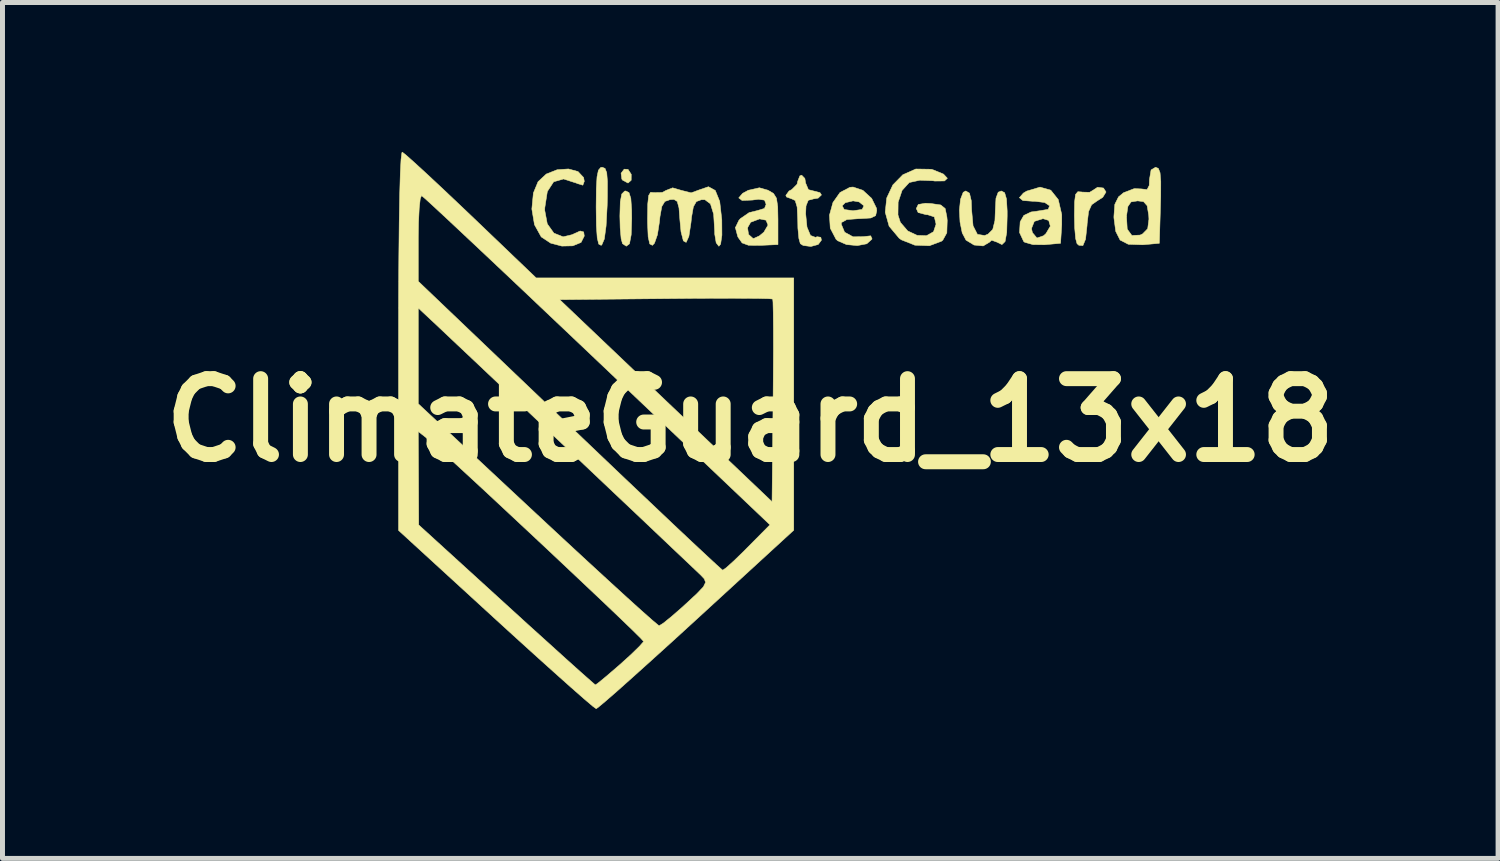
<source format=kicad_pcb>
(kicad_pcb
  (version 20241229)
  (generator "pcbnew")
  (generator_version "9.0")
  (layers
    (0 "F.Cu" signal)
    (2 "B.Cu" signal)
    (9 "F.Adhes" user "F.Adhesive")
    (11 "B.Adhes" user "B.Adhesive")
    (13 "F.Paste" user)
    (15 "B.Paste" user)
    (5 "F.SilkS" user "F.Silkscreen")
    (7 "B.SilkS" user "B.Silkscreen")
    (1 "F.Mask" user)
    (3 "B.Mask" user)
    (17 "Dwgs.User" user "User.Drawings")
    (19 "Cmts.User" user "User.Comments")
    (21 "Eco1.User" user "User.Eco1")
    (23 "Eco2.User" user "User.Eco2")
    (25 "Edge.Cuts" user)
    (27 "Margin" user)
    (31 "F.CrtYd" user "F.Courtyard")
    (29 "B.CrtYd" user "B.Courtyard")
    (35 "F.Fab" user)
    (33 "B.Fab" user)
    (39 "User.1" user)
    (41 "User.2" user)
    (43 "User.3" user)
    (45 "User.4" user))
  (footprint "ClimateGuard_13x18"
    (layer "F.Cu")
    (at 12.018 5.389)
    (property "Reference" "ClimateGuard_13x18" (at 0 0 0) (layer "F.SilkS") (effects (font (size 1.524 1.524) (thickness 0.3))))
    (attr through_hole)
    (fp_poly (pts (xy -2.455 -5.037) (xy -2.391 -4.939) (xy -2.392 -4.819) (xy -2.456 -4.763) (xy -2.563 -4.82) (xy -2.58 -4.842) (xy -2.595 -4.96) (xy -2.532 -5.042) (xy -2.455 -5.037)) (stroke (width 0.01) (type solid)) (fill yes) (layer "F.SilkS"))
    (fp_poly (pts (xy -2.436 -4.571) (xy -2.399 -4.454) (xy -2.383 -4.222) (xy -2.381 -4.048) (xy -2.392 -3.723) (xy -2.426 -3.543) (xy -2.49 -3.495) (xy -2.566 -3.545) (xy -2.594 -3.647) (xy -2.613 -3.859) (xy -2.619 -4.101) (xy -2.611 -4.386) (xy -2.581 -4.543) (xy -2.523 -4.601) (xy -2.5 -4.604) (xy -2.436 -4.571)) (stroke (width 0.01) (type solid)) (fill yes) (layer "F.SilkS"))
    (fp_poly (pts (xy -2.917 -5.057) (xy -2.883 -4.971) (xy -2.869 -4.794) (xy -2.87 -4.499) (xy -2.874 -4.313) (xy -2.896 -3.901) (xy -2.931 -3.64) (xy -2.982 -3.521) (xy -2.996 -3.512) (xy -3.044 -3.537) (xy -3.074 -3.662) (xy -3.091 -3.907) (xy -3.096 -4.28) (xy -3.092 -4.65) (xy -3.078 -4.889) (xy -3.05 -5.021) (xy -3.004 -5.075) (xy -2.974 -5.08) (xy -2.917 -5.057)) (stroke (width 0.01) (type solid)) (fill yes) (layer "F.SilkS"))
    (fp_poly (pts (xy 7.093 -4.663) (xy 7.144 -4.583) (xy 7.079 -4.477) (xy 6.965 -4.404) (xy 6.855 -4.327) (xy 6.794 -4.191) (xy 6.765 -3.947) (xy 6.763 -3.909) (xy 6.733 -3.635) (xy 6.68 -3.507) (xy 6.598 -3.514) (xy 6.562 -3.545) (xy 6.534 -3.647) (xy 6.515 -3.859) (xy 6.509 -4.11) (xy 6.513 -4.385) (xy 6.532 -4.534) (xy 6.578 -4.589) (xy 6.661 -4.583) (xy 6.667 -4.581) (xy 6.815 -4.577) (xy 6.871 -4.611) (xy 6.974 -4.678) (xy 7.093 -4.663)) (stroke (width 0.01) (type solid)) (fill yes) (layer "F.SilkS"))
    (fp_poly (pts (xy -3.46 -4.994) (xy -3.347 -4.873) (xy -3.334 -4.797) (xy -3.363 -4.72) (xy -3.476 -4.754) (xy -3.487 -4.76) (xy -3.751 -4.845) (xy -3.949 -4.788) (xy -4.076 -4.593) (xy -4.127 -4.265) (xy -4.128 -4.214) (xy -4.077 -3.943) (xy -3.944 -3.757) (xy -3.759 -3.683) (xy -3.582 -3.725) (xy -3.417 -3.8) (xy -3.346 -3.781) (xy -3.334 -3.699) (xy -3.399 -3.57) (xy -3.565 -3.502) (xy -3.784 -3.497) (xy -4.009 -3.556) (xy -4.195 -3.679) (xy -4.2 -3.684) (xy -4.334 -3.926) (xy -4.387 -4.242) (xy -4.356 -4.563) (xy -4.262 -4.79) (xy -4.097 -4.944) (xy -3.879 -5.03) (xy -3.652 -5.046) (xy -3.46 -4.994)) (stroke (width 0.01) (type solid)) (fill yes) (layer "F.SilkS"))
    (fp_poly (pts (xy 5.108 -4.569) (xy 5.145 -4.443) (xy 5.159 -4.199) (xy 5.159 -4.101) (xy 5.15 -3.773) (xy 5.117 -3.588) (xy 5.054 -3.527) (xy 4.955 -3.576) (xy 4.846 -3.615) (xy 4.805 -3.576) (xy 4.677 -3.5) (xy 4.494 -3.518) (xy 4.332 -3.617) (xy 4.256 -3.762) (xy 4.212 -3.98) (xy 4.2 -4.221) (xy 4.222 -4.437) (xy 4.276 -4.577) (xy 4.326 -4.604) (xy 4.402 -4.56) (xy 4.438 -4.408) (xy 4.445 -4.223) (xy 4.474 -3.904) (xy 4.561 -3.733) (xy 4.706 -3.709) (xy 4.775 -3.737) (xy 4.869 -3.831) (xy 4.913 -4.009) (xy 4.921 -4.21) (xy 4.934 -4.458) (xy 4.979 -4.579) (xy 5.04 -4.604) (xy 5.108 -4.569)) (stroke (width 0.01) (type solid)) (fill yes) (layer "F.SilkS"))
    (fp_poly (pts (xy 1.096 -4.855) (xy 1.111 -4.763) (xy 1.167 -4.63) (xy 1.27 -4.604) (xy 1.399 -4.571) (xy 1.429 -4.524) (xy 1.362 -4.46) (xy 1.27 -4.445) (xy 1.164 -4.417) (xy 1.119 -4.303) (xy 1.112 -4.147) (xy 1.139 -3.877) (xy 1.209 -3.71) (xy 1.311 -3.672) (xy 1.341 -3.685) (xy 1.416 -3.674) (xy 1.429 -3.616) (xy 1.364 -3.529) (xy 1.217 -3.489) (xy 1.063 -3.509) (xy 1.005 -3.545) (xy 0.976 -3.649) (xy 0.956 -3.857) (xy 0.953 -4.022) (xy 0.941 -4.28) (xy 0.902 -4.412) (xy 0.833 -4.445) (xy 0.728 -4.483) (xy 0.714 -4.516) (xy 0.778 -4.603) (xy 0.833 -4.632) (xy 0.939 -4.739) (xy 0.953 -4.8) (xy 0.995 -4.907) (xy 1.032 -4.921) (xy 1.096 -4.855)) (stroke (width 0.01) (type solid)) (fill yes) (layer "F.SilkS"))
    (fp_poly (pts (xy 6.035 -4.619) (xy 6.185 -4.431) (xy 6.255 -4.129) (xy 6.255 -3.926) (xy 6.231 -3.553) (xy 5.908 -3.524) (xy 5.676 -3.527) (xy 5.513 -3.573) (xy 5.491 -3.589) (xy 5.407 -3.769) (xy 5.412 -3.85) (xy 5.647 -3.85) (xy 5.666 -3.767) (xy 5.757 -3.659) (xy 5.891 -3.705) (xy 5.937 -3.747) (xy 6.026 -3.897) (xy 5.993 -4.012) (xy 5.878 -4.048) (xy 5.704 -3.993) (xy 5.647 -3.85) (xy 5.412 -3.85) (xy 5.42 -3.984) (xy 5.493 -4.112) (xy 5.638 -4.182) (xy 5.817 -4.207) (xy 5.983 -4.235) (xy 6.011 -4.306) (xy 5.913 -4.372) (xy 5.714 -4.397) (xy 5.687 -4.396) (xy 5.474 -4.412) (xy 5.404 -4.469) (xy 5.484 -4.561) (xy 5.551 -4.601) (xy 5.819 -4.681) (xy 6.035 -4.619)) (stroke (width 0.01) (type solid)) (fill yes) (layer "F.SilkS"))
    (fp_poly (pts (xy 8.195 -5.057) (xy 8.229 -4.971) (xy 8.244 -4.793) (xy 8.243 -4.497) (xy 8.238 -4.317) (xy 8.215 -3.553) (xy 7.883 -3.523) (xy 7.592 -3.533) (xy 7.427 -3.618) (xy 7.339 -3.793) (xy 7.303 -4.065) (xy 7.303 -4.092) (xy 7.303 -4.096) (xy 7.555 -4.096) (xy 7.57 -3.838) (xy 7.663 -3.71) (xy 7.828 -3.718) (xy 7.878 -3.741) (xy 7.981 -3.846) (xy 8.006 -4.038) (xy 8.002 -4.113) (xy 7.97 -4.308) (xy 7.897 -4.39) (xy 7.779 -4.405) (xy 7.647 -4.384) (xy 7.583 -4.292) (xy 7.555 -4.096) (xy 7.303 -4.096) (xy 7.321 -4.336) (xy 7.395 -4.485) (xy 7.497 -4.569) (xy 7.711 -4.651) (xy 7.854 -4.645) (xy 7.968 -4.631) (xy 8.012 -4.715) (xy 8.017 -4.837) (xy 8.049 -5.026) (xy 8.139 -5.08) (xy 8.195 -5.057)) (stroke (width 0.01) (type solid)) (fill yes) (layer "F.SilkS"))
    (fp_poly (pts (xy 0.357 -4.618) (xy 0.466 -4.554) (xy 0.526 -4.458) (xy 0.551 -4.287) (xy 0.556 -4.027) (xy 0.556 -3.527) (xy 0.196 -3.511) (xy -0.035 -3.513) (xy -0.164 -3.56) (xy -0.244 -3.673) (xy -0.253 -3.692) (xy -0.299 -3.866) (xy -0.055 -3.866) (xy -0.035 -3.731) (xy 0.052 -3.653) (xy 0.071 -3.651) (xy 0.183 -3.702) (xy 0.273 -3.777) (xy 0.356 -3.919) (xy 0.316 -4.017) (xy 0.187 -4.043) (xy 0.008 -3.976) (xy -0.055 -3.866) (xy -0.299 -3.866) (xy -0.3 -3.866) (xy -0.23 -4.012) (xy -0.199 -4.048) (xy -0.022 -4.17) (xy 0.131 -4.207) (xy 0.285 -4.253) (xy 0.318 -4.336) (xy 0.286 -4.42) (xy 0.165 -4.437) (xy 0.04 -4.421) (xy -0.165 -4.413) (xy -0.232 -4.465) (xy -0.154 -4.556) (xy -0.04 -4.618) (xy 0.183 -4.668) (xy 0.357 -4.618)) (stroke (width 0.01) (type solid)) (fill yes) (layer "F.SilkS"))
    (fp_poly (pts (xy 2.262 -4.616) (xy 2.438 -4.454) (xy 2.535 -4.256) (xy 2.54 -4.207) (xy 2.517 -4.108) (xy 2.42 -4.061) (xy 2.208 -4.048) (xy 2.183 -4.048) (xy 1.939 -4.03) (xy 1.833 -3.971) (xy 1.826 -3.939) (xy 1.894 -3.776) (xy 2.064 -3.683) (xy 2.269 -3.686) (xy 2.418 -3.703) (xy 2.445 -3.644) (xy 2.442 -3.635) (xy 2.339 -3.543) (xy 2.149 -3.507) (xy 1.934 -3.527) (xy 1.757 -3.603) (xy 1.722 -3.634) (xy 1.606 -3.857) (xy 1.59 -4.118) (xy 1.642 -4.306) (xy 1.845 -4.306) (xy 1.887 -4.231) (xy 2.064 -4.207) (xy 2.246 -4.233) (xy 2.282 -4.306) (xy 2.186 -4.384) (xy 2.064 -4.405) (xy 1.907 -4.368) (xy 1.845 -4.306) (xy 1.642 -4.306) (xy 1.66 -4.372) (xy 1.802 -4.573) (xy 2 -4.677) (xy 2.064 -4.683) (xy 2.262 -4.616)) (stroke (width 0.01) (type solid)) (fill yes) (layer "F.SilkS"))
    (fp_poly (pts (xy 3.63 -5.04) (xy 3.668 -5.03) (xy 3.88 -4.943) (xy 3.958 -4.859) (xy 3.9 -4.805) (xy 3.706 -4.803) (xy 3.669 -4.809) (xy 3.406 -4.82) (xy 3.199 -4.775) (xy 3.189 -4.77) (xy 3.049 -4.616) (xy 2.969 -4.378) (xy 2.966 -4.122) (xy 3.014 -3.973) (xy 3.162 -3.801) (xy 3.352 -3.712) (xy 3.539 -3.706) (xy 3.68 -3.785) (xy 3.731 -3.938) (xy 3.696 -4.083) (xy 3.561 -4.127) (xy 3.532 -4.128) (xy 3.371 -4.17) (xy 3.334 -4.251) (xy 3.374 -4.333) (xy 3.517 -4.357) (xy 3.631 -4.351) (xy 3.824 -4.323) (xy 3.914 -4.251) (xy 3.948 -4.084) (xy 3.955 -4.012) (xy 3.947 -3.763) (xy 3.866 -3.616) (xy 3.84 -3.595) (xy 3.597 -3.504) (xy 3.305 -3.515) (xy 3.034 -3.623) (xy 2.99 -3.655) (xy 2.788 -3.896) (xy 2.71 -4.177) (xy 2.74 -4.463) (xy 2.863 -4.725) (xy 3.063 -4.929) (xy 3.324 -5.045) (xy 3.63 -5.04)) (stroke (width 0.01) (type solid)) (fill yes) (layer "F.SilkS"))
    (fp_poly (pts (xy -0.703 -4.614) (xy -0.614 -4.394) (xy -0.572 -4.024) (xy -0.572 -4.02) (xy -0.57 -3.716) (xy -0.596 -3.536) (xy -0.631 -3.493) (xy -0.685 -3.563) (xy -0.714 -3.736) (xy -0.715 -3.79) (xy -0.736 -4.138) (xy -0.8 -4.346) (xy -0.913 -4.429) (xy -0.983 -4.429) (xy -1.083 -4.391) (xy -1.143 -4.286) (xy -1.18 -4.076) (xy -1.191 -3.969) (xy -1.233 -3.693) (xy -1.288 -3.571) (xy -1.344 -3.602) (xy -1.391 -3.784) (xy -1.413 -4.013) (xy -1.432 -4.264) (xy -1.467 -4.393) (xy -1.533 -4.434) (xy -1.611 -4.43) (xy -1.716 -4.393) (xy -1.777 -4.292) (xy -1.814 -4.088) (xy -1.826 -3.975) (xy -1.865 -3.724) (xy -1.924 -3.555) (xy -1.965 -3.512) (xy -2.019 -3.54) (xy -2.051 -3.681) (xy -2.063 -3.955) (xy -2.064 -4.05) (xy -2.059 -4.346) (xy -2.041 -4.512) (xy -2.002 -4.577) (xy -1.935 -4.571) (xy -1.935 -4.571) (xy -1.768 -4.574) (xy -1.694 -4.614) (xy -1.559 -4.667) (xy -1.385 -4.616) (xy -1.188 -4.566) (xy -1.029 -4.624) (xy -0.84 -4.689) (xy -0.703 -4.614)) (stroke (width 0.01) (type solid)) (fill yes) (layer "F.SilkS"))
    (fp_poly (pts (xy -6.913 -5.324) (xy -6.739 -5.169) (xy -6.485 -4.936) (xy -6.169 -4.641) (xy -5.808 -4.299) (xy -5.607 -4.108) (xy -4.3 -2.857) (xy 0.873 -2.857) (xy 0.873 2.209) (xy -1.083 4.002) (xy -1.55 4.429) (xy -1.981 4.819) (xy -2.361 5.161) (xy -2.676 5.442) (xy -2.913 5.648) (xy -3.057 5.768) (xy -3.095 5.794) (xy -3.165 5.743) (xy -3.338 5.596) (xy -3.599 5.367) (xy -3.935 5.067) (xy -4.332 4.71) (xy -4.775 4.308) (xy -5.108 4.004) (xy -7.064 2.213) (xy -7.064 0.227) (xy -6.668 0.227) (xy -6.663 1.165) (xy -6.659 2.103) (xy -4.897 3.708) (xy -4.455 4.111) (xy -4.051 4.476) (xy -3.702 4.792) (xy -3.42 5.045) (xy -3.221 5.221) (xy -3.12 5.309) (xy -3.11 5.316) (xy -3.043 5.268) (xy -2.888 5.14) (xy -2.675 4.957) (xy -2.614 4.904) (xy -2.393 4.704) (xy -2.228 4.543) (xy -2.147 4.451) (xy -2.143 4.442) (xy -2.199 4.38) (xy -2.355 4.225) (xy -2.597 3.992) (xy -2.909 3.694) (xy -3.276 3.347) (xy -3.681 2.965) (xy -4.109 2.562) (xy -4.545 2.154) (xy -4.973 1.754) (xy -5.377 1.378) (xy -5.743 1.04) (xy -6.054 0.754) (xy -6.295 0.536) (xy -6.451 0.399) (xy -6.484 0.371) (xy -6.668 0.227) (xy -7.064 0.227) (xy -7.064 -0.33) (xy -6.668 -0.33) (xy -4.277 1.899) (xy -3.761 2.379) (xy -3.281 2.823) (xy -2.848 3.221) (xy -2.476 3.561) (xy -2.177 3.831) (xy -1.963 4.02) (xy -1.847 4.117) (xy -1.83 4.128) (xy -1.748 4.077) (xy -1.583 3.944) (xy -1.365 3.754) (xy -1.303 3.697) (xy -1.072 3.483) (xy -0.942 3.346) (xy -0.898 3.256) (xy -0.924 3.185) (xy -0.992 3.113) (xy -1.083 3.026) (xy -1.275 2.844) (xy -1.553 2.581) (xy -1.903 2.249) (xy -2.31 1.863) (xy -2.761 1.437) (xy -3.239 0.984) (xy -3.732 0.518) (xy -4.224 0.053) (xy -4.7 -0.398) (xy -5.147 -0.821) (xy -5.55 -1.202) (xy -5.895 -1.527) (xy -6.166 -1.783) (xy -6.349 -1.956) (xy -6.41 -2.012) (xy -6.668 -2.254) (xy -6.668 -0.33) (xy -7.064 -0.33) (xy -7.064 -1.599) (xy -7.063 -2.499) (xy -7.058 -3.293) (xy -7.054 -3.663) (xy -6.668 -3.663) (xy -6.668 -2.789) (xy -3.631 0.11) (xy -3.052 0.662) (xy -2.507 1.181) (xy -2.007 1.654) (xy -1.564 2.074) (xy -1.188 2.428) (xy -0.889 2.707) (xy -0.679 2.902) (xy -0.568 3.001) (xy -0.553 3.012) (xy -0.482 2.962) (xy -0.329 2.824) (xy -0.124 2.625) (xy -0.058 2.558) (xy 0.395 2.101) (xy -3.071 -1.192) (xy -3.693 -1.782) (xy -4.281 -2.339) (xy -4.367 -2.421) (xy -3.828 -2.421) (xy -1.696 -0.392) (xy 0.437 1.637) (xy 0.458 -0.384) (xy 0.462 -0.933) (xy 0.465 -1.428) (xy 0.464 -1.847) (xy 0.461 -2.169) (xy 0.456 -2.371) (xy 0.45 -2.434) (xy 0.366 -2.441) (xy 0.144 -2.446) (xy -0.194 -2.448) (xy -0.629 -2.449) (xy -1.139 -2.447) (xy -1.703 -2.442) (xy -1.704 -2.442) (xy -3.828 -2.421) (xy -4.367 -2.421) (xy -4.825 -2.854) (xy -5.315 -3.316) (xy -5.742 -3.717) (xy -6.093 -4.046) (xy -6.361 -4.295) (xy -6.534 -4.453) (xy -6.602 -4.511) (xy -6.602 -4.511) (xy -6.628 -4.448) (xy -6.649 -4.257) (xy -6.663 -3.969) (xy -6.668 -3.663) (xy -7.054 -3.663) (xy -7.051 -3.971) (xy -7.041 -4.526) (xy -7.029 -4.95) (xy -7.014 -5.235) (xy -6.997 -5.372) (xy -6.989 -5.384) (xy -6.913 -5.324)) (stroke (width 0.01) (type solid)) (fill yes) (layer "F.SilkS")))
  (gr_rect
    (start -3 -3)
    (end 27.036 14.189)
    (stroke (width 0.1) (type default))
    (fill no)
    (layer "Edge.Cuts")))
</source>
